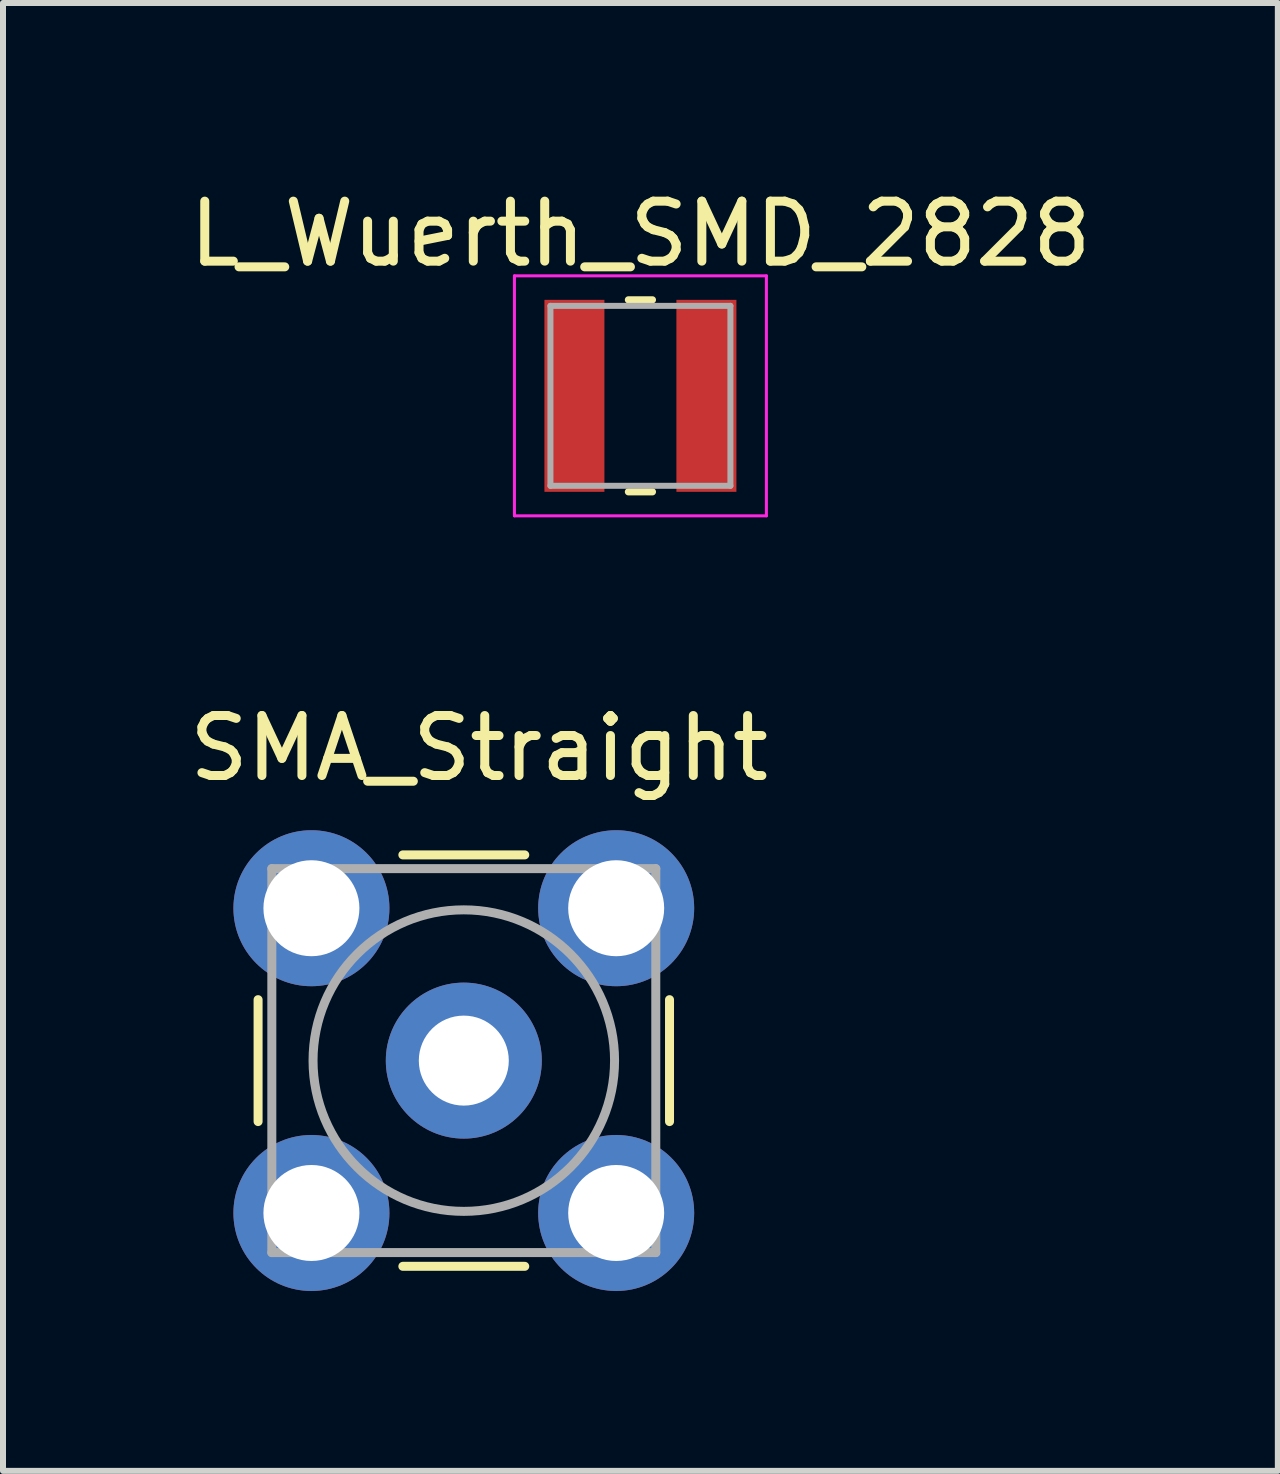
<source format=kicad_pcb>
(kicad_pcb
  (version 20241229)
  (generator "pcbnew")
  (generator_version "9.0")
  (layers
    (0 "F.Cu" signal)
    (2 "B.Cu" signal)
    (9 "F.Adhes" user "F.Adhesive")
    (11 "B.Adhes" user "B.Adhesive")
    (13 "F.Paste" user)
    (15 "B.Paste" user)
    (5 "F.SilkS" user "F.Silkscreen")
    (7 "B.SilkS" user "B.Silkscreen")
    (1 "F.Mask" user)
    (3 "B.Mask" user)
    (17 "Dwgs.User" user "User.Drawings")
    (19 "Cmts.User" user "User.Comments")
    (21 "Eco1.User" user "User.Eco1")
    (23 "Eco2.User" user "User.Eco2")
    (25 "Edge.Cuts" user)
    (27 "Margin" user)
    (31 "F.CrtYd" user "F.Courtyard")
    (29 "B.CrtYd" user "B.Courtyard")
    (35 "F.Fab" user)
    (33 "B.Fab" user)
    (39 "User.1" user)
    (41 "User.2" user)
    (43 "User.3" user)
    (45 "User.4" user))
  (footprint "SMA_Straight"
    (layer "F.Cu")
    (at 4.681 14.629)
    (property "Reference" "SMA_Straight" (at 0.254 -5.207 0) (layer "F.SilkS") (effects (font (size 1 1) (thickness 0.15))))
    (attr through_hole)
    (fp_line (start -3.429 -1.016) (end -3.429 1.016) (stroke (width 0.15) (type solid)) (layer "F.SilkS"))
    (fp_line (start -1.016 3.429) (end 1.016 3.429) (stroke (width 0.15) (type solid)) (layer "F.SilkS"))
    (fp_line (start 1.016 -3.429) (end -1.016 -3.429) (stroke (width 0.15) (type solid)) (layer "F.SilkS"))
    (fp_line (start 3.429 -1.016) (end 3.429 1.016) (stroke (width 0.15) (type solid)) (layer "F.SilkS"))
    (fp_line (start -3.2 -3.2) (end -3.2 3.2) (stroke (width 0.15) (type solid)) (layer "F.Fab"))
    (fp_line (start -3.2 3.2) (end 3.2 3.2) (stroke (width 0.15) (type solid)) (layer "F.Fab"))
    (fp_line (start 3.2 -3.2) (end -3.2 -3.2) (stroke (width 0.15) (type solid)) (layer "F.Fab"))
    (fp_line (start 3.2 3.2) (end 3.2 -3.2) (stroke (width 0.15) (type solid)) (layer "F.Fab"))
    (fp_circle (center 0 0) (end 2.5 0.254) (stroke (width 0.15) (type solid)) (fill no) (layer "F.Fab"))
    (pad "1" thru_hole circle (at 0 0) (size 2.6 2.6) (drill 1.5) (layers "*.Cu" "*.Mask"))
    (pad "2" thru_hole circle (at -2.54 -2.54) (size 2.6 2.6) (drill 1.6) (layers "*.Cu" "*.Mask"))
    (pad "2" thru_hole circle (at -2.54 2.54) (size 2.6 2.6) (drill 1.6) (layers "*.Cu" "*.Mask"))
    (pad "2" thru_hole circle (at 2.54 -2.54) (size 2.6 2.6) (drill 1.6) (layers "*.Cu" "*.Mask"))
    (pad "2" thru_hole circle (at 2.54 2.54) (size 2.6 2.6) (drill 1.6) (layers "*.Cu" "*.Mask")))
  (footprint "L_Wuerth_SMD_2828"
    (layer "F.Cu")
    (at 7.625 3.548)
    (property "Reference" "L_Wuerth_SMD_2828" (at 0 -2.7 0) (layer "F.SilkS") (effects (font (size 1 1) (thickness 0.15))))
    (attr smd)
    (fp_line (start -0.2 -1.6) (end 0.2 -1.6) (stroke (width 0.12) (type solid)) (layer "F.SilkS"))
    (fp_line (start -0.2 1.6) (end 0.2 1.6) (stroke (width 0.12) (type solid)) (layer "F.SilkS"))
    (fp_line (start -2.1 -2) (end -2.1 2) (stroke (width 0.05) (type solid)) (layer "F.CrtYd"))
    (fp_line (start -2.1 2) (end 2.1 2) (stroke (width 0.05) (type solid)) (layer "F.CrtYd"))
    (fp_line (start 2.1 -2) (end -2.1 -2) (stroke (width 0.05) (type solid)) (layer "F.CrtYd"))
    (fp_line (start 2.1 2) (end 2.1 -2) (stroke (width 0.05) (type solid)) (layer "F.CrtYd"))
    (fp_line (start -1.5 -1.5) (end -1.5 1.5) (stroke (width 0.1) (type solid)) (layer "F.Fab"))
    (fp_line (start -1.5 1.5) (end 1.5 1.5) (stroke (width 0.1) (type solid)) (layer "F.Fab"))
    (fp_line (start 1.5 -1.5) (end -1.5 -1.5) (stroke (width 0.1) (type solid)) (layer "F.Fab"))
    (fp_line (start 1.5 1.5) (end 1.5 -1.5) (stroke (width 0.1) (type solid)) (layer "F.Fab"))
    (pad "1" smd rect (at -1.1 0) (size 1 3.2) (layers "F.Cu" "F.Mask" "F.Paste"))
    (pad "2" smd rect (at 1.1 0) (size 1 3.2) (layers "F.Cu" "F.Mask" "F.Paste")))
  (gr_rect
    (start -3 -3)
    (end 18.25 21.468)
    (stroke (width 0.1) (type default))
    (fill no)
    (layer "Edge.Cuts")))
</source>
